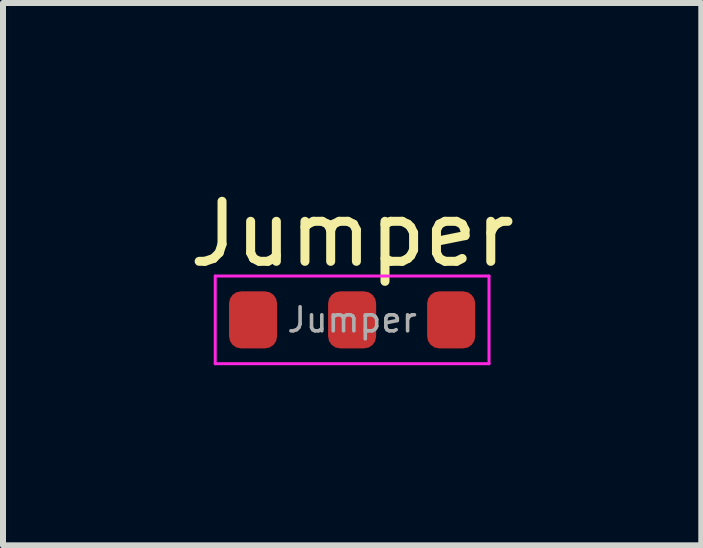
<source format=kicad_pcb>
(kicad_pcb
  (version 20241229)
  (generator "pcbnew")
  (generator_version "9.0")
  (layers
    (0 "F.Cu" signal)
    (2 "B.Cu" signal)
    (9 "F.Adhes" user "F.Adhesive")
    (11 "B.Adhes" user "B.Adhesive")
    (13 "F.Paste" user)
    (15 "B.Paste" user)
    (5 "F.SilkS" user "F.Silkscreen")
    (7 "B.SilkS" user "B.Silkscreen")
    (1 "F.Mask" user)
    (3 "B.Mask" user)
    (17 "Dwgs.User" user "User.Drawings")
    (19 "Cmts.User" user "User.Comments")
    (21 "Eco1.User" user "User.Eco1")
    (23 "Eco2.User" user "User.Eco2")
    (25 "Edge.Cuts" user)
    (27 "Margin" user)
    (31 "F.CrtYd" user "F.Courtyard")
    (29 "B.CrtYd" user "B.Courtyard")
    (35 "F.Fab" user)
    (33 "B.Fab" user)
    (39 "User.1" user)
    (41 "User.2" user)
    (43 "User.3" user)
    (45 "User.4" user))
  (footprint "Jumper"
    (layer "F.Cu")
    (at 2.815 2.278)
    (property "Reference" "Jumper" (at 0 -1.43 0) (layer "F.SilkS") (effects (font (size 1 1) (thickness 0.15))))
    (attr smd)
    (fp_line (start -2.28 -0.73) (end 2.28 -0.73) (stroke (width 0.05) (type solid)) (layer "F.CrtYd"))
    (fp_line (start -2.28 0.73) (end -2.28 -0.73) (stroke (width 0.05) (type solid)) (layer "F.CrtYd"))
    (fp_line (start 2.28 -0.73) (end 2.28 0.73) (stroke (width 0.05) (type solid)) (layer "F.CrtYd"))
    (fp_line (start 2.28 0.73) (end -2.28 0.73) (stroke (width 0.05) (type solid)) (layer "F.CrtYd"))
    (fp_text user "${REFERENCE}" (at 0 0 0) (layer "F.Fab") (effects (font (size 0.4 0.4) (thickness 0.06))))
    (pad "1" smd roundrect (at -1.65 0) (size 0.8 0.95) (layers "F.Cu" "F.Mask" "F.Paste") (roundrect_rratio 0.25))
    (pad "2" smd roundrect (at 0 0) (size 0.8 0.95) (layers "F.Cu" "F.Mask" "F.Paste") (roundrect_rratio 0.25))
    (pad "3" smd roundrect (at 1.65 0) (size 0.8 0.95) (layers "F.Cu" "F.Mask" "F.Paste") (roundrect_rratio 0.25)))
  (gr_rect
    (start -3 -3)
    (end 8.631 6.033)
    (stroke (width 0.1) (type default))
    (fill no)
    (layer "Edge.Cuts")))
</source>
